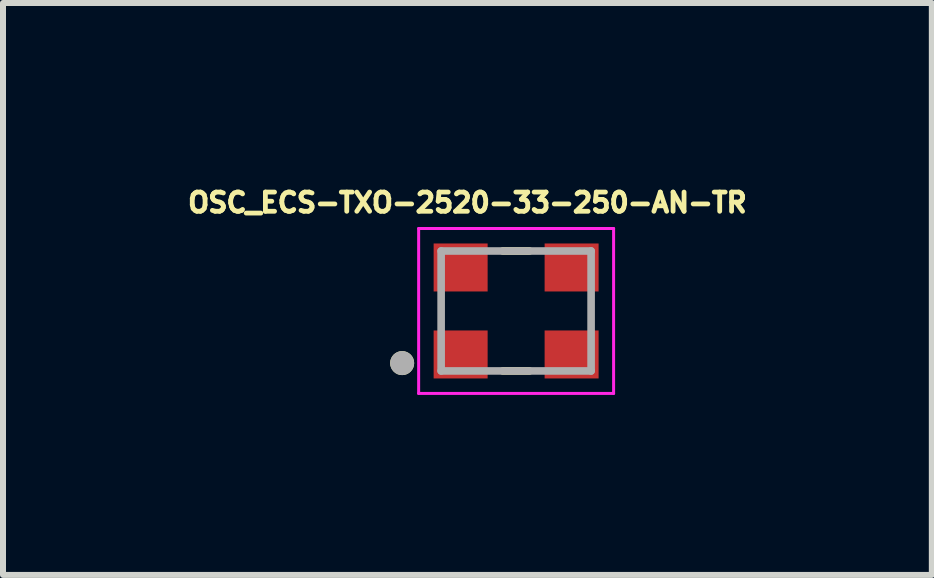
<source format=kicad_pcb>
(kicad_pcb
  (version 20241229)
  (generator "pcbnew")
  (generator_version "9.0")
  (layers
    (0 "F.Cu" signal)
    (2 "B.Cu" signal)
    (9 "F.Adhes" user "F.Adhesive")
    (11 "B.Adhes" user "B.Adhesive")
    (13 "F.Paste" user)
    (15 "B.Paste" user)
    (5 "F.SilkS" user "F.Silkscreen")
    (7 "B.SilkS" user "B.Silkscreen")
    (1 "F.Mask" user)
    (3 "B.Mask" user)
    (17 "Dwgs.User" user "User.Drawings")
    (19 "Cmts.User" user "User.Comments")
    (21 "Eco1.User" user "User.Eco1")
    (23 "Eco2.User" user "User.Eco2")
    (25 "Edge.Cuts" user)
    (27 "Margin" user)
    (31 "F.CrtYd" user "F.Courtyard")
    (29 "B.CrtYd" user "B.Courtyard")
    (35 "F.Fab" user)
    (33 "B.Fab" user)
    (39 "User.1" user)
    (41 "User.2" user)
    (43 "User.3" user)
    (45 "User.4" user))
  (footprint "OSC_ECS-TXO-2520-33-250-AN-TR"
    (layer "F.Cu")
    (at 5.554 2.134)
    (property "Reference" "OSC_ECS-TXO-2520-33-250-AN-TR" (at -0.812 -1.806 0) (layer "F.SilkS") (effects (font (size 0.32 0.32) (thickness 0.15))))
    (attr smd)
    (fp_line (start -0.221 -1) (end 0.221 -1) (stroke (width 0.127) (type solid)) (layer "F.SilkS"))
    (fp_line (start -0.221 1) (end 0.221 1) (stroke (width 0.127) (type solid)) (layer "F.SilkS"))
    (fp_circle (center -1.9 0.869) (end -1.8 0.869) (stroke (width 0.2) (type solid)) (fill no) (layer "F.SilkS"))
    (fp_line (start -1.625 -1.375) (end 1.625 -1.375) (stroke (width 0.05) (type solid)) (layer "F.CrtYd"))
    (fp_line (start -1.625 1.375) (end -1.625 -1.375) (stroke (width 0.05) (type solid)) (layer "F.CrtYd"))
    (fp_line (start 1.625 -1.375) (end 1.625 1.375) (stroke (width 0.05) (type solid)) (layer "F.CrtYd"))
    (fp_line (start 1.625 1.375) (end -1.625 1.375) (stroke (width 0.05) (type solid)) (layer "F.CrtYd"))
    (fp_line (start -1.25 -1) (end 1.25 -1) (stroke (width 0.127) (type solid)) (layer "F.Fab"))
    (fp_line (start -1.25 1) (end -1.25 -1) (stroke (width 0.127) (type solid)) (layer "F.Fab"))
    (fp_line (start 1.25 -1) (end 1.25 1) (stroke (width 0.127) (type solid)) (layer "F.Fab"))
    (fp_line (start 1.25 1) (end -1.25 1) (stroke (width 0.127) (type solid)) (layer "F.Fab"))
    (fp_circle (center -1.9 0.869) (end -1.8 0.869) (stroke (width 0.2) (type solid)) (fill no) (layer "F.Fab"))
    (pad "1" smd rect (at -0.925 0.725) (size 0.9 0.8) (layers "F.Cu" "F.Mask" "F.Paste"))
    (pad "2" smd rect (at 0.925 0.725) (size 0.9 0.8) (layers "F.Cu" "F.Mask" "F.Paste"))
    (pad "3" smd rect (at 0.925 -0.725) (size 0.9 0.8) (layers "F.Cu" "F.Mask" "F.Paste"))
    (pad "4" smd rect (at -0.925 -0.725) (size 0.9 0.8) (layers "F.Cu" "F.Mask" "F.Paste")))
  (gr_rect
    (start -3 -3)
    (end 12.484 6.534)
    (stroke (width 0.1) (type default))
    (fill no)
    (layer "Edge.Cuts")))
</source>
